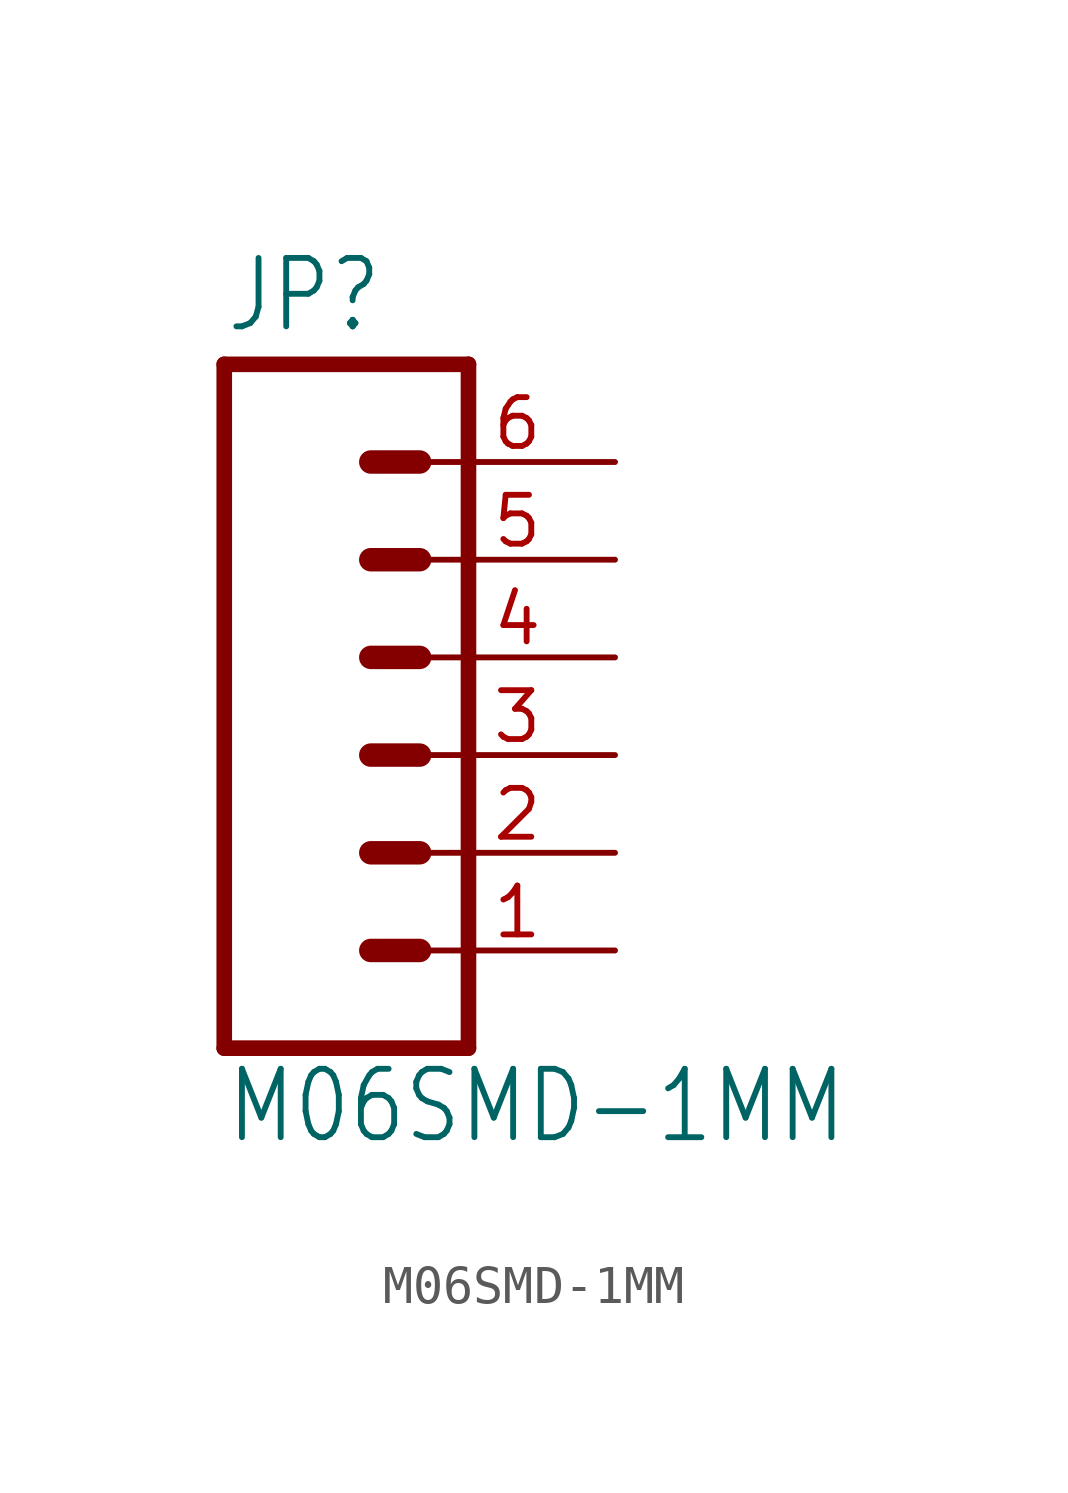
<source format=kicad_sym>
(kicad_symbol_lib
  (version 20201005)
  (generator kicad_symbol_editor)
  (symbol "M06SMD-1MM"
    (property "Reference" "JP"
      (at -5.08 10.922 0)
      (effects (font (size 1.778 1.511)) (justify left bottom)))
    (property "Value" "M06SMD-1MM"
      (at -5.08 -10.16 0)
      (effects (font (size 1.778 1.511)) (justify left bottom)))
    (property "ki_locked" ""
      (at 0 0 0)
      (effects (font (size 1.27 1.27))))
    (symbol "M06SMD-1MM_1_0"
      (polyline (pts (xy 1.27 -7.62) (xy -5.08 -7.62)) (stroke (width 0.406)) (fill (type none)))
      (polyline (pts (xy -1.27 0) (xy 0 0)) (stroke (width 0.61)) (fill (type none)))
      (polyline (pts (xy -1.27 -2.54) (xy 0 -2.54)) (stroke (width 0.61)) (fill (type none)))
      (polyline (pts (xy -1.27 -5.08) (xy 0 -5.08)) (stroke (width 0.61)) (fill (type none)))
      (polyline (pts (xy -5.08 10.16) (xy -5.08 -7.62)) (stroke (width 0.406)) (fill (type none)))
      (polyline (pts (xy 1.27 -7.62) (xy 1.27 10.16)) (stroke (width 0.406)) (fill (type none)))
      (polyline (pts (xy -5.08 10.16) (xy 1.27 10.16)) (stroke (width 0.406)) (fill (type none)))
      (polyline (pts (xy -1.27 5.08) (xy 0 5.08)) (stroke (width 0.61)) (fill (type none)))
      (polyline (pts (xy -1.27 2.54) (xy 0 2.54)) (stroke (width 0.61)) (fill (type none)))
      (polyline (pts (xy -1.27 7.62) (xy 0 7.62)) (stroke (width 0.61)) (fill (type none)))
      (pin passive line (at 5.08 -5.08 180) (length 5.08) (name "1" (effects (font (size 0 0)))) (number "1" (effects (font (size 1.27 1.27)))))
      (pin passive line (at 5.08 -2.54 180) (length 5.08) (name "2" (effects (font (size 0 0)))) (number "2" (effects (font (size 1.27 1.27)))))
      (pin passive line (at 5.08 0 180) (length 5.08) (name "3" (effects (font (size 0 0)))) (number "3" (effects (font (size 1.27 1.27)))))
      (pin passive line (at 5.08 2.54 180) (length 5.08) (name "4" (effects (font (size 0 0)))) (number "4" (effects (font (size 1.27 1.27)))))
      (pin passive line (at 5.08 5.08 180) (length 5.08) (name "5" (effects (font (size 0 0)))) (number "5" (effects (font (size 1.27 1.27)))))
      (pin passive line (at 5.08 7.62 180) (length 5.08) (name "6" (effects (font (size 0 0)))) (number "6" (effects (font (size 1.27 1.27))))))))
</source>
